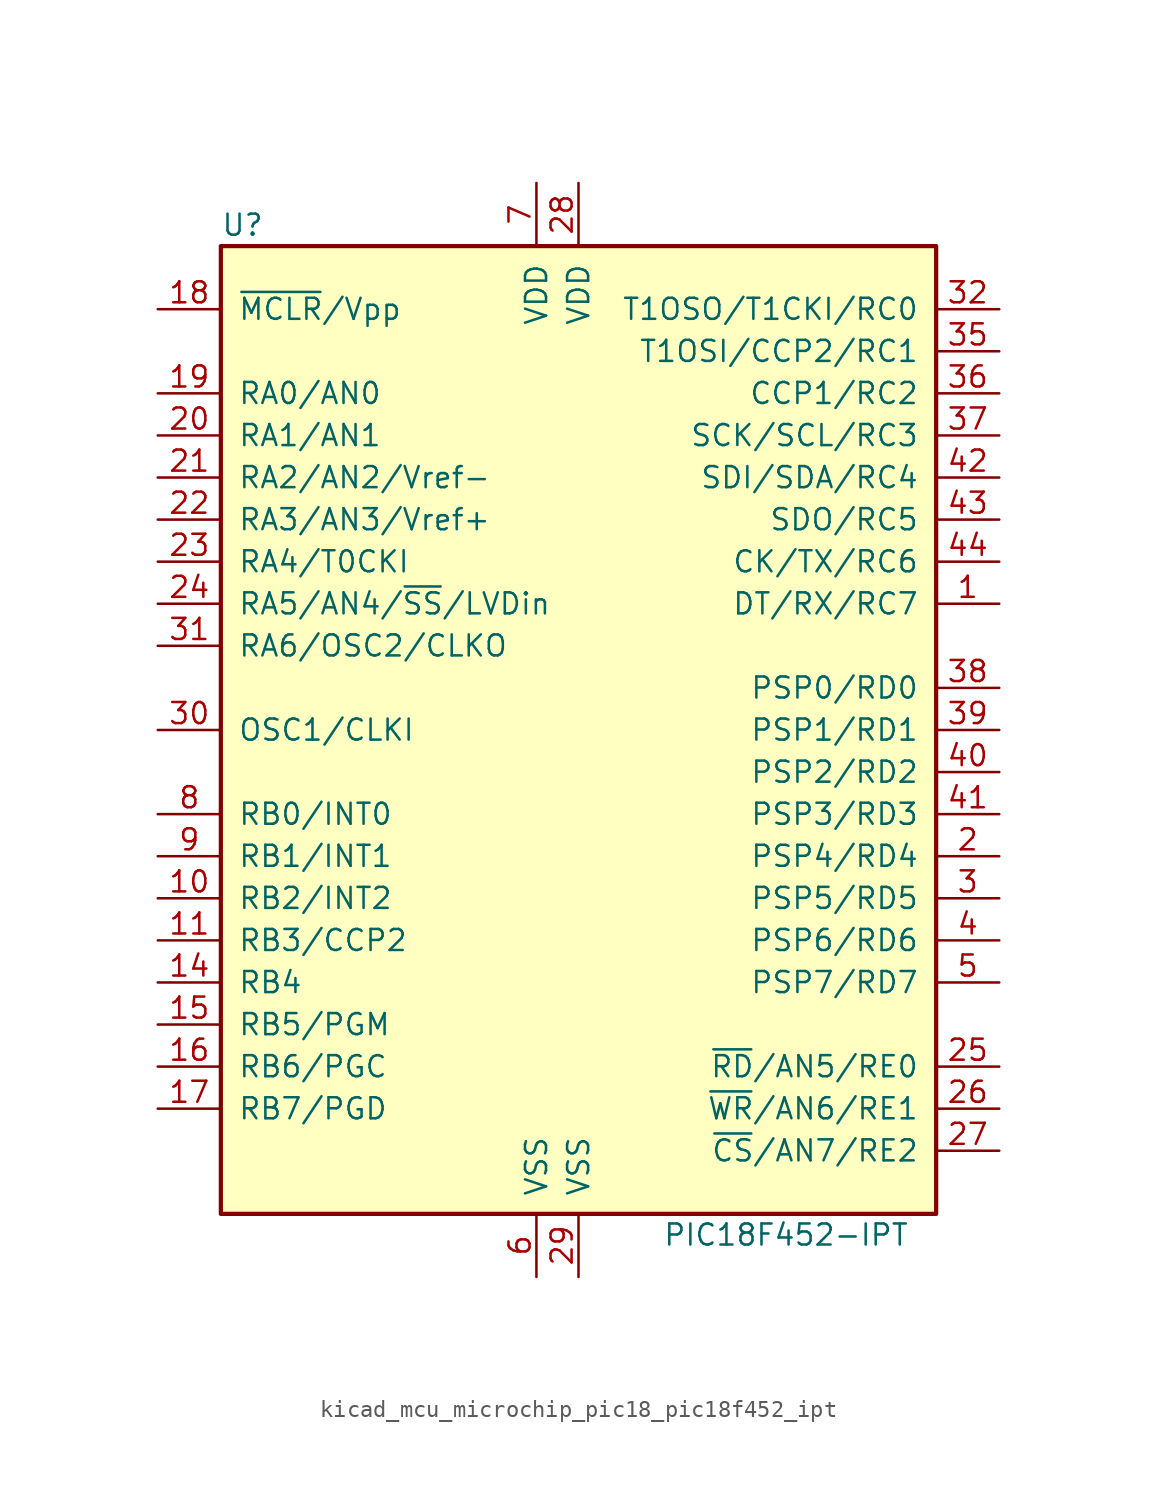
<source format=kicad_sym>
(kicad_symbol_lib
  (version 20220914)
  (generator kicad_symbol_editor)
  (symbol "kicad_mcu_microchip_pic18_pic18f452_ipt"
    (pin_names
      (offset 1.016))
    (property "Reference" "U"
      (at -21.59 30.48 0)
      (effects (font (size 1.27 1.27)) (justify left)))
    (property "Value" "PIC18F452-IPT"
      (at 5.08 -30.48 0)
      (effects (font (size 1.27 1.27)) (justify left)))
    (symbol "kicad_mcu_microchip_pic18_pic18f452_ipt_0_1"
      (rectangle (start 21.59 -29.21) (end -21.59 29.21) (stroke (width 0.254) (type default)) (fill (type background))))
    (symbol "kicad_mcu_microchip_pic18_pic18f452_ipt_1_1"
      (pin bidirectional line (at 25.4 7.62 180) (length 3.81) (name "DT/RX/RC7" (effects (font (size 1.27 1.27)))) (number "1" (effects (font (size 1.27 1.27)))))
      (pin bidirectional line (at -25.4 -10.16 0) (length 3.81) (name "RB2/INT2" (effects (font (size 1.27 1.27)))) (number "10" (effects (font (size 1.27 1.27)))))
      (pin bidirectional line (at -25.4 -12.7 0) (length 3.81) (name "RB3/CCP2" (effects (font (size 1.27 1.27)))) (number "11" (effects (font (size 1.27 1.27)))))
      (pin no_connect line (at -15.24 -29.21 90) (length 3.81) hide (name "NC" (effects (font (size 1.27 1.27)))) (number "12" (effects (font (size 1.27 1.27)))))
      (pin no_connect line (at -12.7 -29.21 90) (length 3.81) hide (name "NC" (effects (font (size 1.27 1.27)))) (number "13" (effects (font (size 1.27 1.27)))))
      (pin bidirectional line (at -25.4 -15.24 0) (length 3.81) (name "RB4" (effects (font (size 1.27 1.27)))) (number "14" (effects (font (size 1.27 1.27)))))
      (pin bidirectional line (at -25.4 -17.78 0) (length 3.81) (name "RB5/PGM" (effects (font (size 1.27 1.27)))) (number "15" (effects (font (size 1.27 1.27)))))
      (pin bidirectional line (at -25.4 -20.32 0) (length 3.81) (name "RB6/PGC" (effects (font (size 1.27 1.27)))) (number "16" (effects (font (size 1.27 1.27)))))
      (pin bidirectional line (at -25.4 -22.86 0) (length 3.81) (name "RB7/PGD" (effects (font (size 1.27 1.27)))) (number "17" (effects (font (size 1.27 1.27)))))
      (pin input line (at -25.4 25.4 0) (length 3.81) (name "~{MCLR}/Vpp" (effects (font (size 1.27 1.27)))) (number "18" (effects (font (size 1.27 1.27)))))
      (pin bidirectional line (at -25.4 20.32 0) (length 3.81) (name "RA0/AN0" (effects (font (size 1.27 1.27)))) (number "19" (effects (font (size 1.27 1.27)))))
      (pin bidirectional line (at 25.4 -7.62 180) (length 3.81) (name "PSP4/RD4" (effects (font (size 1.27 1.27)))) (number "2" (effects (font (size 1.27 1.27)))))
      (pin bidirectional line (at -25.4 17.78 0) (length 3.81) (name "RA1/AN1" (effects (font (size 1.27 1.27)))) (number "20" (effects (font (size 1.27 1.27)))))
      (pin bidirectional line (at -25.4 15.24 0) (length 3.81) (name "RA2/AN2/Vref-" (effects (font (size 1.27 1.27)))) (number "21" (effects (font (size 1.27 1.27)))))
      (pin bidirectional line (at -25.4 12.7 0) (length 3.81) (name "RA3/AN3/Vref+" (effects (font (size 1.27 1.27)))) (number "22" (effects (font (size 1.27 1.27)))))
      (pin bidirectional line (at -25.4 10.16 0) (length 3.81) (name "RA4/T0CKI" (effects (font (size 1.27 1.27)))) (number "23" (effects (font (size 1.27 1.27)))))
      (pin bidirectional line (at -25.4 7.62 0) (length 3.81) (name "RA5/AN4/~{SS}/LVDin" (effects (font (size 1.27 1.27)))) (number "24" (effects (font (size 1.27 1.27)))))
      (pin bidirectional line (at 25.4 -20.32 180) (length 3.81) (name "~{RD}/AN5/RE0" (effects (font (size 1.27 1.27)))) (number "25" (effects (font (size 1.27 1.27)))))
      (pin bidirectional line (at 25.4 -22.86 180) (length 3.81) (name "~{WR}/AN6/RE1" (effects (font (size 1.27 1.27)))) (number "26" (effects (font (size 1.27 1.27)))))
      (pin bidirectional line (at 25.4 -25.4 180) (length 3.81) (name "~{CS}/AN7/RE2" (effects (font (size 1.27 1.27)))) (number "27" (effects (font (size 1.27 1.27)))))
      (pin power_in line (at 0 33.02 270) (length 3.81) (name "VDD" (effects (font (size 1.27 1.27)))) (number "28" (effects (font (size 1.27 1.27)))))
      (pin power_in line (at 0 -33.02 90) (length 3.81) (name "VSS" (effects (font (size 1.27 1.27)))) (number "29" (effects (font (size 1.27 1.27)))))
      (pin bidirectional line (at 25.4 -10.16 180) (length 3.81) (name "PSP5/RD5" (effects (font (size 1.27 1.27)))) (number "3" (effects (font (size 1.27 1.27)))))
      (pin input line (at -25.4 0 0) (length 3.81) (name "OSC1/CLKI" (effects (font (size 1.27 1.27)))) (number "30" (effects (font (size 1.27 1.27)))))
      (pin bidirectional line (at -25.4 5.08 0) (length 3.81) (name "RA6/OSC2/CLKO" (effects (font (size 1.27 1.27)))) (number "31" (effects (font (size 1.27 1.27)))))
      (pin bidirectional line (at 25.4 25.4 180) (length 3.81) (name "T1OSO/T1CKI/RC0" (effects (font (size 1.27 1.27)))) (number "32" (effects (font (size 1.27 1.27)))))
      (pin no_connect line (at -10.16 -29.21 90) (length 3.81) hide (name "NC" (effects (font (size 1.27 1.27)))) (number "33" (effects (font (size 1.27 1.27)))))
      (pin no_connect line (at -7.62 -29.21 90) (length 3.81) hide (name "NC" (effects (font (size 1.27 1.27)))) (number "34" (effects (font (size 1.27 1.27)))))
      (pin bidirectional line (at 25.4 22.86 180) (length 3.81) (name "T1OSI/CCP2/RC1" (effects (font (size 1.27 1.27)))) (number "35" (effects (font (size 1.27 1.27)))))
      (pin bidirectional line (at 25.4 20.32 180) (length 3.81) (name "CCP1/RC2" (effects (font (size 1.27 1.27)))) (number "36" (effects (font (size 1.27 1.27)))))
      (pin bidirectional line (at 25.4 17.78 180) (length 3.81) (name "SCK/SCL/RC3" (effects (font (size 1.27 1.27)))) (number "37" (effects (font (size 1.27 1.27)))))
      (pin bidirectional line (at 25.4 2.54 180) (length 3.81) (name "PSP0/RD0" (effects (font (size 1.27 1.27)))) (number "38" (effects (font (size 1.27 1.27)))))
      (pin bidirectional line (at 25.4 0 180) (length 3.81) (name "PSP1/RD1" (effects (font (size 1.27 1.27)))) (number "39" (effects (font (size 1.27 1.27)))))
      (pin bidirectional line (at 25.4 -12.7 180) (length 3.81) (name "PSP6/RD6" (effects (font (size 1.27 1.27)))) (number "4" (effects (font (size 1.27 1.27)))))
      (pin bidirectional line (at 25.4 -2.54 180) (length 3.81) (name "PSP2/RD2" (effects (font (size 1.27 1.27)))) (number "40" (effects (font (size 1.27 1.27)))))
      (pin bidirectional line (at 25.4 -5.08 180) (length 3.81) (name "PSP3/RD3" (effects (font (size 1.27 1.27)))) (number "41" (effects (font (size 1.27 1.27)))))
      (pin bidirectional line (at 25.4 15.24 180) (length 3.81) (name "SDI/SDA/RC4" (effects (font (size 1.27 1.27)))) (number "42" (effects (font (size 1.27 1.27)))))
      (pin bidirectional line (at 25.4 12.7 180) (length 3.81) (name "SDO/RC5" (effects (font (size 1.27 1.27)))) (number "43" (effects (font (size 1.27 1.27)))))
      (pin bidirectional line (at 25.4 10.16 180) (length 3.81) (name "CK/TX/RC6" (effects (font (size 1.27 1.27)))) (number "44" (effects (font (size 1.27 1.27)))))
      (pin bidirectional line (at 25.4 -15.24 180) (length 3.81) (name "PSP7/RD7" (effects (font (size 1.27 1.27)))) (number "5" (effects (font (size 1.27 1.27)))))
      (pin power_in line (at -2.54 -33.02 90) (length 3.81) (name "VSS" (effects (font (size 1.27 1.27)))) (number "6" (effects (font (size 1.27 1.27)))))
      (pin power_in line (at -2.54 33.02 270) (length 3.81) (name "VDD" (effects (font (size 1.27 1.27)))) (number "7" (effects (font (size 1.27 1.27)))))
      (pin bidirectional line (at -25.4 -5.08 0) (length 3.81) (name "RB0/INT0" (effects (font (size 1.27 1.27)))) (number "8" (effects (font (size 1.27 1.27)))))
      (pin bidirectional line (at -25.4 -7.62 0) (length 3.81) (name "RB1/INT1" (effects (font (size 1.27 1.27)))) (number "9" (effects (font (size 1.27 1.27))))))))
</source>
